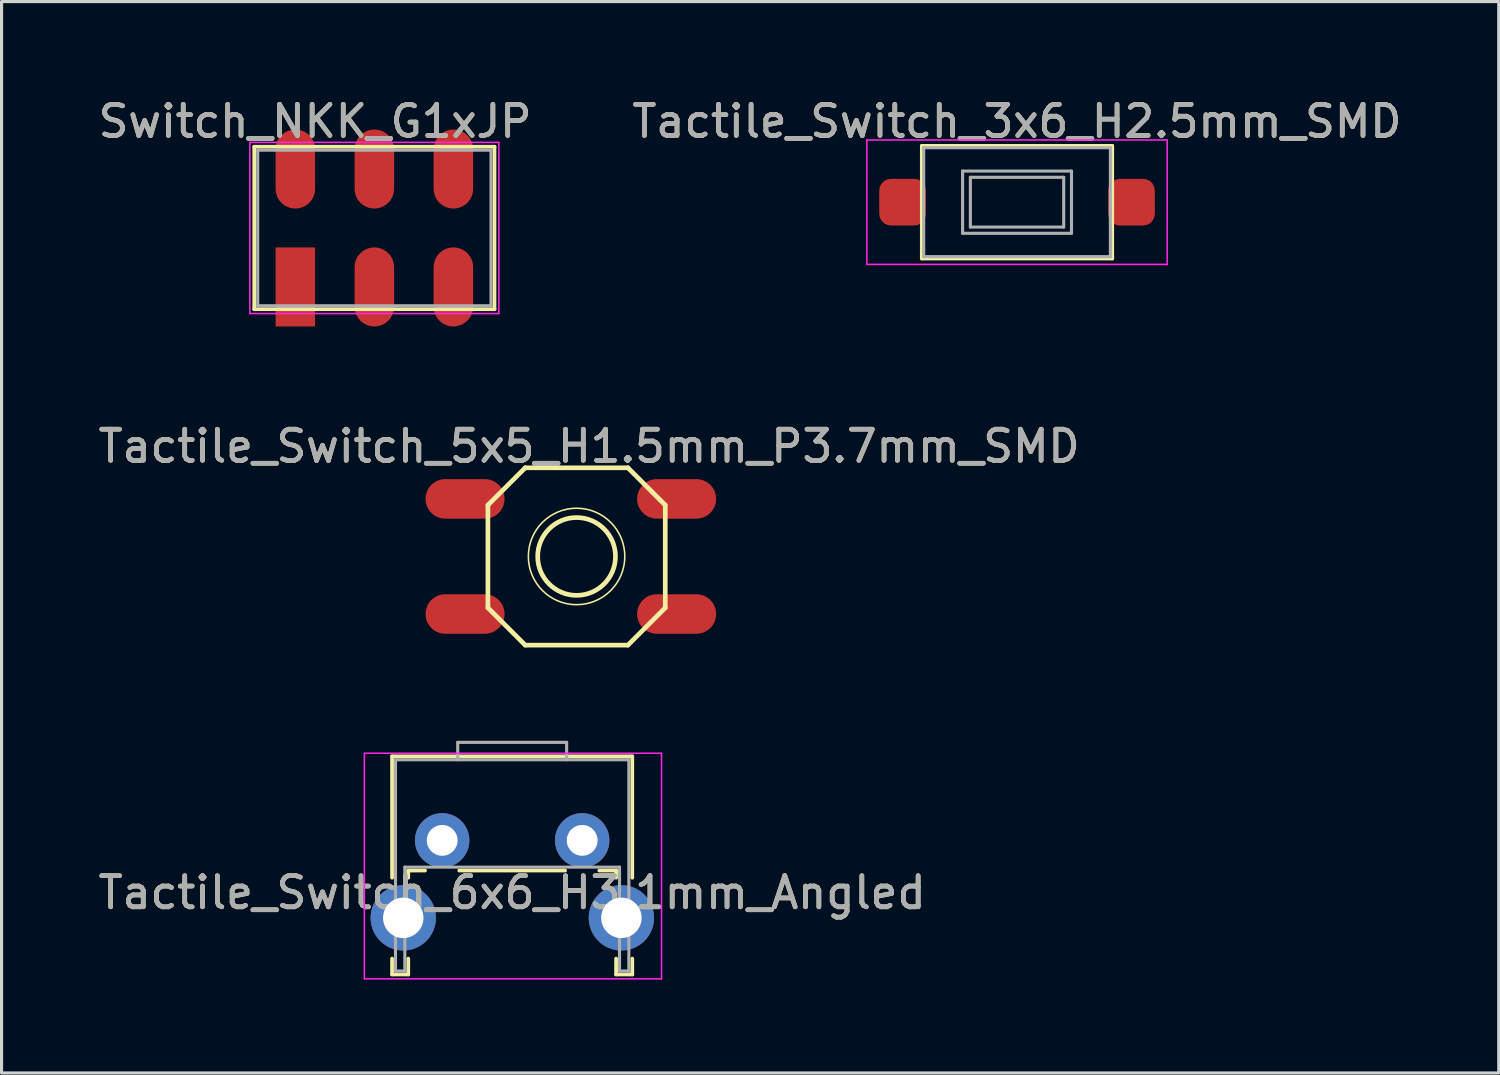
<source format=kicad_pcb>
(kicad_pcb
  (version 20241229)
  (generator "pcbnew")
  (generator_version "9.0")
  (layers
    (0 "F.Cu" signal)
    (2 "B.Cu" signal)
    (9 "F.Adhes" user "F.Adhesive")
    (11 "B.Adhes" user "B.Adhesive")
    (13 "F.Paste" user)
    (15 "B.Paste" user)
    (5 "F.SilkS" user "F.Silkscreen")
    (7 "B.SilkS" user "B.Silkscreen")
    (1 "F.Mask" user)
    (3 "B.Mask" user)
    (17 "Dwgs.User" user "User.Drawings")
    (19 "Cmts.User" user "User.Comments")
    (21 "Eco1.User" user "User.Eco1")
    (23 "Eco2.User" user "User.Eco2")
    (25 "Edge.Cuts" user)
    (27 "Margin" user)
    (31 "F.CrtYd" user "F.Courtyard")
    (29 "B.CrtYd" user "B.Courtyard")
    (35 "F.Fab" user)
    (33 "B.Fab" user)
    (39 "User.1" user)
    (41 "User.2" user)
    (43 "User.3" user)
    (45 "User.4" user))
  (footprint "Tactile_Switch_3x6_H2.5mm_SMD"
    (layer "F.Cu")
    (at 25.827 3.448)
    (property "Reference" "Tactile_Switch_3x6_H2.5mm_SMD" (at 3.81 -2.6 0) (layer "F.SilkS") (effects (font (size 1 1) (thickness 0.15))))
    (attr smd)
    (fp_line (start 0.75 -1.81) (end 6.87 -1.81) (stroke (width 0.12) (type solid)) (layer "F.SilkS"))
    (fp_line (start 0.75 1.81) (end 0.75 -1.81) (stroke (width 0.12) (type solid)) (layer "F.SilkS"))
    (fp_line (start 6.87 -1.81) (end 6.87 1.81) (stroke (width 0.12) (type solid)) (layer "F.SilkS"))
    (fp_line (start 6.87 1.81) (end 0.75 1.81) (stroke (width 0.12) (type solid)) (layer "F.SilkS"))
    (fp_line (start -1.016 -2) (end -1.016 2) (stroke (width 0.05) (type solid)) (layer "F.CrtYd"))
    (fp_line (start -1.016 -2) (end 8.636 -2) (stroke (width 0.05) (type solid)) (layer "F.CrtYd"))
    (fp_line (start -1.016 2) (end 8.636 2) (stroke (width 0.05) (type solid)) (layer "F.CrtYd"))
    (fp_line (start 8.636 -2) (end 8.636 2) (stroke (width 0.05) (type solid)) (layer "F.CrtYd"))
    (fp_line (start 0.81 -1.75) (end 0.81 1.75) (stroke (width 0.1) (type solid)) (layer "F.Fab"))
    (fp_line (start 0.81 -1.75) (end 6.81 -1.75) (stroke (width 0.1) (type solid)) (layer "F.Fab"))
    (fp_line (start 0.81 1.75) (end 6.81 1.75) (stroke (width 0.1) (type solid)) (layer "F.Fab"))
    (fp_line (start 2.06 -1) (end 5.56 -1) (stroke (width 0.1) (type solid)) (layer "F.Fab"))
    (fp_line (start 2.06 1) (end 2.06 -1) (stroke (width 0.1) (type solid)) (layer "F.Fab"))
    (fp_line (start 2.31 -0.8) (end 2.31 0.8) (stroke (width 0.1) (type solid)) (layer "F.Fab"))
    (fp_line (start 2.31 -0.8) (end 5.31 -0.8) (stroke (width 0.1) (type solid)) (layer "F.Fab"))
    (fp_line (start 2.31 0.8) (end 5.31 0.8) (stroke (width 0.1) (type solid)) (layer "F.Fab"))
    (fp_line (start 5.31 -0.8) (end 5.31 0.8) (stroke (width 0.1) (type solid)) (layer "F.Fab"))
    (fp_line (start 5.56 -1) (end 5.56 1) (stroke (width 0.1) (type solid)) (layer "F.Fab"))
    (fp_line (start 5.56 1) (end 2.06 1) (stroke (width 0.1) (type solid)) (layer "F.Fab"))
    (fp_line (start 6.81 -1.75) (end 6.81 1.75) (stroke (width 0.1) (type solid)) (layer "F.Fab"))
    (fp_text user "${REFERENCE}" (at 3.81 -2.6 0) (layer "F.Fab") (effects (font (size 1 1) (thickness 0.15))))
    (pad "1" smd roundrect (at 0.381 0) (size 1.5 1.5) (drill (offset -0.25 0)) (layers "F.Cu" "F.Mask" "F.Paste") (roundrect_rratio 0.25))
    (pad "2" smd roundrect (at 7.239 0) (size 1.5 1.5) (drill (offset 0.25 0)) (layers "F.Cu" "F.Mask" "F.Paste") (roundrect_rratio 0.25)))
  (footprint "Tactile_Switch_6x6_H3.1mm_Angled"
    (layer "F.Cu")
    (at 11.161 23.959)
    (property "Reference" "Tactile_Switch_6x6_H3.1mm_Angled" (at 2.25 1.68 0) (layer "F.SilkS") (effects (font (size 1 1) (thickness 0.15))))
    (attr through_hole)
    (fp_line (start -1.61 -2.7) (end -1.61 1.2) (stroke (width 0.12) (type solid)) (layer "F.SilkS"))
    (fp_line (start -1.61 -2.7) (end 6.11 -2.7) (stroke (width 0.12) (type solid)) (layer "F.SilkS"))
    (fp_line (start -1.61 3.8) (end -1.61 4.31) (stroke (width 0.12) (type solid)) (layer "F.SilkS"))
    (fp_line (start -1.61 4.31) (end -1.09 4.31) (stroke (width 0.12) (type solid)) (layer "F.SilkS"))
    (fp_line (start -1.09 0.97) (end -1.09 1.2) (stroke (width 0.12) (type solid)) (layer "F.SilkS"))
    (fp_line (start -1.09 0.97) (end -0.55 0.97) (stroke (width 0.12) (type solid)) (layer "F.SilkS"))
    (fp_line (start -1.09 3.8) (end -1.09 4.31) (stroke (width 0.12) (type solid)) (layer "F.SilkS"))
    (fp_line (start 0.55 0.97) (end 3.95 0.97) (stroke (width 0.12) (type solid)) (layer "F.SilkS"))
    (fp_line (start 5.05 0.97) (end 5.59 0.97) (stroke (width 0.12) (type solid)) (layer "F.SilkS"))
    (fp_line (start 5.59 0.97) (end 5.59 1.2) (stroke (width 0.12) (type solid)) (layer "F.SilkS"))
    (fp_line (start 5.59 3.8) (end 5.59 4.31) (stroke (width 0.12) (type solid)) (layer "F.SilkS"))
    (fp_line (start 5.59 4.31) (end 6.11 4.31) (stroke (width 0.12) (type solid)) (layer "F.SilkS"))
    (fp_line (start 6.11 -2.7) (end 6.11 1.2) (stroke (width 0.12) (type solid)) (layer "F.SilkS"))
    (fp_line (start 6.11 3.8) (end 6.11 4.31) (stroke (width 0.12) (type solid)) (layer "F.SilkS"))
    (fp_line (start -2.5 -2.8) (end 7.05 -2.8) (stroke (width 0.05) (type solid)) (layer "F.CrtYd"))
    (fp_line (start -2.5 4.45) (end -2.5 -2.8) (stroke (width 0.05) (type solid)) (layer "F.CrtYd"))
    (fp_line (start 7.05 -2.8) (end 7.05 4.45) (stroke (width 0.05) (type solid)) (layer "F.CrtYd"))
    (fp_line (start 7.05 4.45) (end -2.5 4.45) (stroke (width 0.05) (type solid)) (layer "F.CrtYd"))
    (fp_line (start -1.5 -2.59) (end 6 -2.59) (stroke (width 0.1) (type solid)) (layer "F.Fab"))
    (fp_line (start -1.5 4.2) (end -1.5 -2.59) (stroke (width 0.1) (type solid)) (layer "F.Fab"))
    (fp_line (start -1.5 4.2) (end -1.2 4.2) (stroke (width 0.1) (type solid)) (layer "F.Fab"))
    (fp_line (start -1.2 0.86) (end 5.7 0.86) (stroke (width 0.1) (type solid)) (layer "F.Fab"))
    (fp_line (start -1.2 4.2) (end -1.2 0.86) (stroke (width 0.1) (type solid)) (layer "F.Fab"))
    (fp_line (start 0.5 -3.15) (end 0.5 -2.59) (stroke (width 0.1) (type solid)) (layer "F.Fab"))
    (fp_line (start 0.5 -3.15) (end 4 -3.15) (stroke (width 0.1) (type solid)) (layer "F.Fab"))
    (fp_line (start 4 -3.15) (end 4 -2.59) (stroke (width 0.1) (type solid)) (layer "F.Fab"))
    (fp_line (start 5.7 4.2) (end 5.7 0.86) (stroke (width 0.1) (type solid)) (layer "F.Fab"))
    (fp_line (start 5.7 4.2) (end 6 4.2) (stroke (width 0.1) (type solid)) (layer "F.Fab"))
    (fp_line (start 6 4.2) (end 6 -2.59) (stroke (width 0.1) (type solid)) (layer "F.Fab"))
    (fp_text user "${REFERENCE}" (at 2.25 1.68 0) (layer "F.Fab") (effects (font (size 1 1) (thickness 0.15))))
    (pad "" thru_hole circle (at -1.25 2.49) (size 2.1 2.1) (drill 1.3) (layers "*.Cu" "*.Mask"))
    (pad "" thru_hole circle (at 5.76 2.49) (size 2.1 2.1) (drill 1.3) (layers "*.Cu" "*.Mask"))
    (pad "1" thru_hole circle (at 0 0) (size 1.75 1.75) (drill 0.99) (layers "*.Cu" "*.Mask"))
    (pad "2" thru_hole circle (at 4.5 0) (size 1.75 1.75) (drill 0.99) (layers "*.Cu" "*.Mask")))
  (footprint "Tactile_Switch_5x5_H1.5mm_P3.7mm_SMD"
    (layer "F.Cu")
    (at 12.531 16.684)
    (property "Reference" "Tactile_Switch_5x5_H1.5mm_P3.7mm_SMD" (at 3.356 -5.394 0) (layer "F.SilkS") (effects (font (size 1 1) (thickness 0.15))))
    (attr smd)
    (fp_line (start 0.1 -3.5) (end 0.1 -0.2) (stroke (width 0.15) (type solid)) (layer "F.SilkS"))
    (fp_line (start 0.1 -0.2) (end 1.3 1) (stroke (width 0.15) (type solid)) (layer "F.SilkS"))
    (fp_line (start 1.3 -4.7) (end 0.1 -3.5) (stroke (width 0.15) (type solid)) (layer "F.SilkS"))
    (fp_line (start 1.3 1) (end 4.6 1) (stroke (width 0.15) (type solid)) (layer "F.SilkS"))
    (fp_line (start 4.6 -4.7) (end 1.3 -4.7) (stroke (width 0.15) (type solid)) (layer "F.SilkS"))
    (fp_line (start 5.8 -3.5) (end 4.6 -4.7) (stroke (width 0.15) (type solid)) (layer "F.SilkS"))
    (fp_line (start 5.8 -3.5) (end 5.8 -0.2) (stroke (width 0.15) (type solid)) (layer "F.SilkS"))
    (fp_line (start 5.8 -0.2) (end 4.6 1) (stroke (width 0.15) (type solid)) (layer "F.SilkS"))
    (fp_circle (center 2.95 -1.85) (end 4.2 -1.85) (stroke (width 0.15) (type solid)) (fill no) (layer "F.SilkS"))
    (fp_circle (center 2.95 -1.85) (end 4.5 -1.85) (stroke (width 0.05) (type solid)) (fill no) (layer "F.SilkS"))
    (fp_text user "${REFERENCE}" (at 3.356 -5.394 0) (layer "F.Fab") (effects (font (size 1 1) (thickness 0.15))))
    (pad "1" smd oval (at 0 -3.7) (size 2.54 1.27) (drill (offset -0.635 0)) (layers "F.Cu" "F.Mask" "F.Paste"))
    (pad "1" smd oval (at 0 0) (size 2.54 1.27) (drill (offset -0.635 0)) (layers "F.Cu" "F.Mask" "F.Paste"))
    (pad "2" smd oval (at 6.8 -3.7) (size 2.54 1.27) (drill (offset -0.635 0)) (layers "F.Cu" "F.Mask" "F.Paste"))
    (pad "2" smd oval (at 6.8 0) (size 2.54 1.27) (drill (offset -0.635 0)) (layers "F.Cu" "F.Mask" "F.Paste")))
  (footprint "Switch_NKK_G1xJP"
    (layer "F.Cu")
    (at 6.442 4.277)
    (property "Reference" "Switch_NKK_G1xJP" (at 0.635 -3.429 0) (layer "F.SilkS") (effects (font (size 1 1) (thickness 0.15))))
    (attr through_hole)
    (fp_line (start -1.321 -2.611) (end 6.401 -2.611) (stroke (width 0.12) (type solid)) (layer "F.SilkS"))
    (fp_line (start -1.321 2.611) (end -1.321 -2.611) (stroke (width 0.12) (type solid)) (layer "F.SilkS"))
    (fp_line (start 6.401 2.611) (end -1.321 2.611) (stroke (width 0.12) (type solid)) (layer "F.SilkS"))
    (fp_line (start 6.401 2.611) (end 6.401 -2.611) (stroke (width 0.12) (type solid)) (layer "F.SilkS"))
    (fp_line (start -1.46 -2.75) (end -1.46 2.75) (stroke (width 0.05) (type solid)) (layer "F.CrtYd"))
    (fp_line (start -1.46 -2.75) (end 6.54 -2.75) (stroke (width 0.05) (type solid)) (layer "F.CrtYd"))
    (fp_line (start 6.54 2.75) (end -1.46 2.75) (stroke (width 0.05) (type solid)) (layer "F.CrtYd"))
    (fp_line (start 6.54 2.75) (end 6.54 -2.75) (stroke (width 0.05) (type solid)) (layer "F.CrtYd"))
    (fp_line (start -1.21 2.5) (end -1.21 -2.5) (stroke (width 0.1) (type solid)) (layer "F.Fab"))
    (fp_line (start 6.29 -2.5) (end -1.21 -2.5) (stroke (width 0.1) (type solid)) (layer "F.Fab"))
    (fp_line (start 6.29 2.5) (end -1.21 2.5) (stroke (width 0.1) (type solid)) (layer "F.Fab"))
    (fp_line (start 6.29 2.5) (end 6.29 -2.5) (stroke (width 0.1) (type solid)) (layer "F.Fab"))
    (fp_text user "${REFERENCE}" (at 0.635 -3.429 180) (layer "F.Fab") (effects (font (size 1 1) (thickness 0.15))))
    (pad "1" smd rect (at 0 1.27) (size 1.27 2.54) (drill (offset 0 0.625)) (layers "F.Cu" "F.Mask" "F.Paste"))
    (pad "2" smd oval (at 2.54 1.27) (size 1.27 2.54) (drill (offset 0 0.625)) (layers "F.Cu" "F.Mask" "F.Paste"))
    (pad "3" smd oval (at 5.08 1.27) (size 1.27 2.54) (drill (offset 0 0.625)) (layers "F.Cu" "F.Mask" "F.Paste"))
    (pad "4" smd oval (at 5.08 -1.27) (size 1.27 2.54) (drill (offset 0 -0.625)) (layers "F.Cu" "F.Mask" "F.Paste"))
    (pad "5" smd oval (at 2.54 -1.27) (size 1.27 2.54) (drill (offset 0 -0.625)) (layers "F.Cu" "F.Mask" "F.Paste"))
    (pad "6" smd oval (at 0 -1.27) (size 1.27 2.54) (drill (offset 0 -0.625)) (layers "F.Cu" "F.Mask" "F.Paste")))
  (gr_rect
    (start -3 -3)
    (end 45.119 31.434)
    (stroke (width 0.1) (type default))
    (fill no)
    (layer "Edge.Cuts")))
</source>
